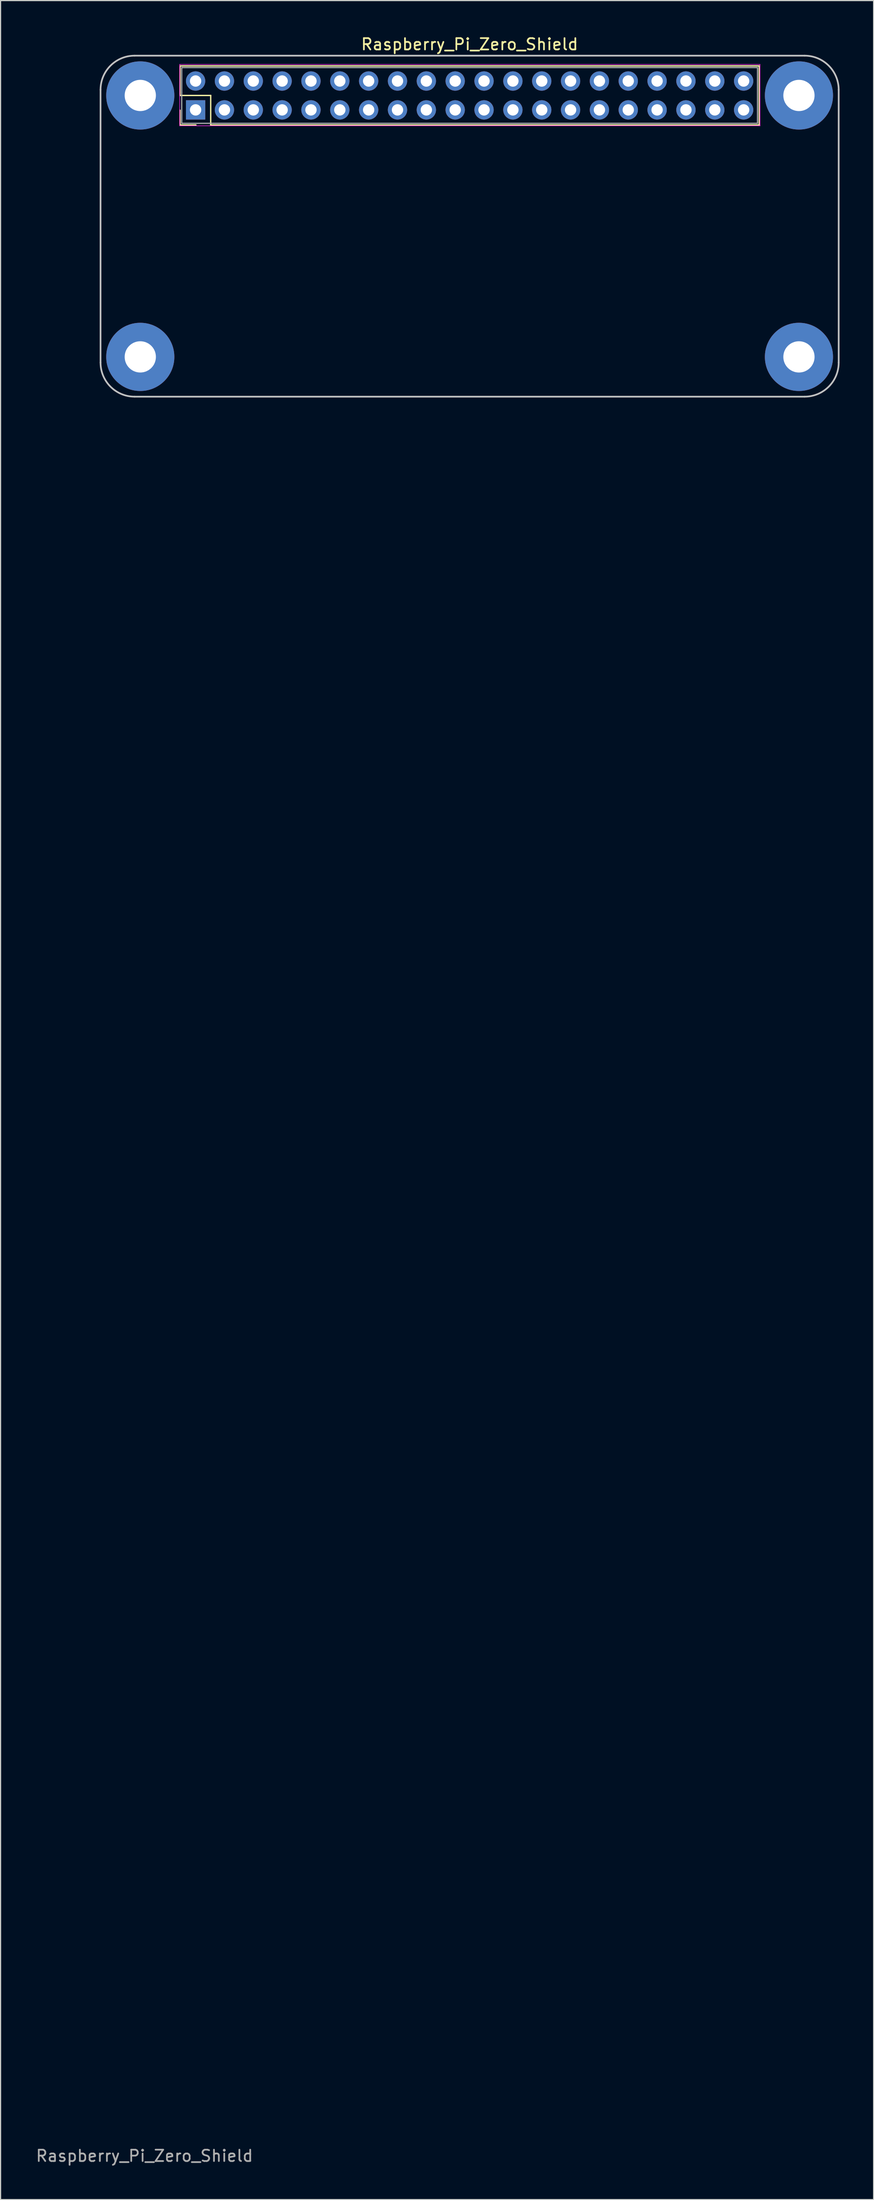
<source format=kicad_pcb>
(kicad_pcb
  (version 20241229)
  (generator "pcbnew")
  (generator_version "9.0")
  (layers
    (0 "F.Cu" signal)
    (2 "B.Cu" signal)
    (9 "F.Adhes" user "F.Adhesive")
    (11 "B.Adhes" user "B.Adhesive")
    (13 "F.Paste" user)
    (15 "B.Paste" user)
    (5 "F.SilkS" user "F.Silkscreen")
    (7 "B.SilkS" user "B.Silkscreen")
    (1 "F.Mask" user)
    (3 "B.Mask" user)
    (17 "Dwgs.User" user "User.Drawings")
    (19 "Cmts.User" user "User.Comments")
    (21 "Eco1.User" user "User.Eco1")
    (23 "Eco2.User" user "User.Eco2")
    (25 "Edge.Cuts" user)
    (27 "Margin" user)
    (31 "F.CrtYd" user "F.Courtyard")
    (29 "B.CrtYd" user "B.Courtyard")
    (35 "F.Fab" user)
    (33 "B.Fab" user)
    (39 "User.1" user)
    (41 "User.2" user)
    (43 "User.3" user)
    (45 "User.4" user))
  (footprint "Raspberry_Pi_Zero_Shield"
    (layer "F.Cu")
    (at 14.173 6.618)
    (property "Reference" "Raspberry_Pi_Zero_Shield" (at 24.13 -5.77 180) (layer "F.SilkS") (effects (font (size 1 1) (thickness 0.15))))
    (attr through_hole)
    (fp_line (start -1.37 -3.87) (end -1.37 -1.27) (stroke (width 0.12) (type solid)) (layer "F.SilkS"))
    (fp_line (start -1.37 -1.27) (end 1.33 -1.27) (stroke (width 0.12) (type solid)) (layer "F.SilkS"))
    (fp_line (start -1.37 1.33) (end -1.37 0.03) (stroke (width 0.12) (type solid)) (layer "F.SilkS"))
    (fp_line (start 0.03 1.33) (end -1.37 1.33) (stroke (width 0.12) (type solid)) (layer "F.SilkS"))
    (fp_line (start 1.33 -1.27) (end 1.33 1.33) (stroke (width 0.12) (type solid)) (layer "F.SilkS"))
    (fp_line (start 1.33 1.33) (end 49.63 1.33) (stroke (width 0.12) (type solid)) (layer "F.SilkS"))
    (fp_line (start 49.63 -3.87) (end -1.37 -3.87) (stroke (width 0.12) (type solid)) (layer "F.SilkS"))
    (fp_line (start 49.63 1.33) (end 49.63 -3.87) (stroke (width 0.12) (type solid)) (layer "F.SilkS"))
    (fp_line (start -8.37 22.23) (end -8.37 -1.77) (stroke (width 0.15) (type solid)) (layer "Dwgs.User"))
    (fp_line (start -5.37 -4.77) (end 53.63 -4.77) (stroke (width 0.15) (type solid)) (layer "Dwgs.User"))
    (fp_line (start 53.63 25.23) (end -5.37 25.23) (stroke (width 0.15) (type solid)) (layer "Dwgs.User"))
    (fp_line (start 56.63 -1.77) (end 56.63 22.23) (stroke (width 0.15) (type solid)) (layer "Dwgs.User"))
    (fp_arc (start -8.37 -1.77) (mid -7.493171 -3.889468) (end -5.375236 -4.769995) (stroke (width 0.15) (type solid)) (layer "Dwgs.User"))
    (fp_arc (start -5.37 25.23) (mid -7.49132 24.35132) (end -8.37 22.23) (stroke (width 0.15) (type solid)) (layer "Dwgs.User"))
    (fp_arc (start 53.63 -4.77) (mid 55.75132 -3.89132) (end 56.63 -1.77) (stroke (width 0.15) (type solid)) (layer "Dwgs.User"))
    (fp_arc (start 56.63 22.23) (mid 55.75132 24.35132) (end 53.63 25.23) (stroke (width 0.15) (type solid)) (layer "Dwgs.User"))
    (fp_line (start -1.4 -4) (end -1.4 1.4) (stroke (width 0.05) (type solid)) (layer "F.CrtYd"))
    (fp_line (start -1.4 1.4) (end 49.7 1.4) (stroke (width 0.05) (type solid)) (layer "F.CrtYd"))
    (fp_line (start 49.7 -4) (end -1.4 -4) (stroke (width 0.05) (type solid)) (layer "F.CrtYd"))
    (fp_line (start 49.7 1.4) (end 49.7 -4) (stroke (width 0.05) (type solid)) (layer "F.CrtYd"))
    (fp_line (start -1.22 -3.72) (end -1.22 1.18) (stroke (width 0.1) (type solid)) (layer "F.Fab"))
    (fp_line (start -1.22 1.18) (end 49.48 1.18) (stroke (width 0.1) (type solid)) (layer "F.Fab"))
    (fp_line (start 49.48 -3.72) (end -1.22 -3.72) (stroke (width 0.1) (type solid)) (layer "F.Fab"))
    (fp_line (start 49.48 1.18) (end 49.48 -3.72) (stroke (width 0.1) (type solid)) (layer "F.Fab"))
    (fp_text user "${REFERENCE}" (at -4.5 180 0) (layer "F.Fab") (effects (font (size 1 1) (thickness 0.15))))
    (pad "1" thru_hole rect (at 0 0 90) (size 1.7 1.7) (drill 1) (layers "*.Cu" "*.Mask"))
    (pad "2" thru_hole oval (at 0 -2.54 90) (size 1.7 1.7) (drill 1) (layers "*.Cu" "*.Mask"))
    (pad "3" thru_hole oval (at 2.54 0 90) (size 1.7 1.7) (drill 1) (layers "*.Cu" "*.Mask"))
    (pad "4" thru_hole oval (at 2.54 -2.54 90) (size 1.7 1.7) (drill 1) (layers "*.Cu" "*.Mask"))
    (pad "5" thru_hole oval (at 5.08 0 90) (size 1.7 1.7) (drill 1) (layers "*.Cu" "*.Mask"))
    (pad "6" thru_hole circle (at -4.87 -1.27) (size 6 6) (drill 2.75) (layers "*.Cu" "*.Mask"))
    (pad "6" thru_hole circle (at -4.87 21.73) (size 6 6) (drill 2.75) (layers "*.Cu" "*.Mask"))
    (pad "6" thru_hole oval (at 5.08 -2.54 90) (size 1.7 1.7) (drill 1) (layers "*.Cu" "*.Mask"))
    (pad "6" thru_hole circle (at 53.13 -1.27) (size 6 6) (drill 2.75) (layers "*.Cu" "*.Mask"))
    (pad "6" thru_hole circle (at 53.13 21.73) (size 6 6) (drill 2.75) (layers "*.Cu" "*.Mask"))
    (pad "7" thru_hole oval (at 7.62 0 90) (size 1.7 1.7) (drill 1) (layers "*.Cu" "*.Mask"))
    (pad "8" thru_hole oval (at 7.62 -2.54 90) (size 1.7 1.7) (drill 1) (layers "*.Cu" "*.Mask"))
    (pad "9" thru_hole oval (at 10.16 0 90) (size 1.7 1.7) (drill 1) (layers "*.Cu" "*.Mask"))
    (pad "10" thru_hole oval (at 10.16 -2.54 90) (size 1.7 1.7) (drill 1) (layers "*.Cu" "*.Mask"))
    (pad "11" thru_hole oval (at 12.7 0 90) (size 1.7 1.7) (drill 1) (layers "*.Cu" "*.Mask"))
    (pad "12" thru_hole oval (at 12.7 -2.54 90) (size 1.7 1.7) (drill 1) (layers "*.Cu" "*.Mask"))
    (pad "13" thru_hole oval (at 15.24 0 90) (size 1.7 1.7) (drill 1) (layers "*.Cu" "*.Mask"))
    (pad "14" thru_hole oval (at 15.24 -2.54 90) (size 1.7 1.7) (drill 1) (layers "*.Cu" "*.Mask"))
    (pad "15" thru_hole oval (at 17.78 0 90) (size 1.7 1.7) (drill 1) (layers "*.Cu" "*.Mask"))
    (pad "16" thru_hole oval (at 17.78 -2.54 90) (size 1.7 1.7) (drill 1) (layers "*.Cu" "*.Mask"))
    (pad "17" thru_hole oval (at 20.32 0 90) (size 1.7 1.7) (drill 1) (layers "*.Cu" "*.Mask"))
    (pad "18" thru_hole oval (at 20.32 -2.54 90) (size 1.7 1.7) (drill 1) (layers "*.Cu" "*.Mask"))
    (pad "19" thru_hole oval (at 22.86 0 90) (size 1.7 1.7) (drill 1) (layers "*.Cu" "*.Mask"))
    (pad "20" thru_hole oval (at 22.86 -2.54 90) (size 1.7 1.7) (drill 1) (layers "*.Cu" "*.Mask"))
    (pad "21" thru_hole oval (at 25.4 0 90) (size 1.7 1.7) (drill 1) (layers "*.Cu" "*.Mask"))
    (pad "22" thru_hole oval (at 25.4 -2.54 90) (size 1.7 1.7) (drill 1) (layers "*.Cu" "*.Mask"))
    (pad "23" thru_hole oval (at 27.94 0 90) (size 1.7 1.7) (drill 1) (layers "*.Cu" "*.Mask"))
    (pad "24" thru_hole oval (at 27.94 -2.54 90) (size 1.7 1.7) (drill 1) (layers "*.Cu" "*.Mask"))
    (pad "25" thru_hole oval (at 30.48 0 90) (size 1.7 1.7) (drill 1) (layers "*.Cu" "*.Mask"))
    (pad "26" thru_hole oval (at 30.48 -2.54 90) (size 1.7 1.7) (drill 1) (layers "*.Cu" "*.Mask"))
    (pad "27" thru_hole oval (at 33.02 0 90) (size 1.7 1.7) (drill 1) (layers "*.Cu" "*.Mask"))
    (pad "28" thru_hole oval (at 33.02 -2.54 90) (size 1.7 1.7) (drill 1) (layers "*.Cu" "*.Mask"))
    (pad "29" thru_hole oval (at 35.56 0 90) (size 1.7 1.7) (drill 1) (layers "*.Cu" "*.Mask"))
    (pad "30" thru_hole oval (at 35.56 -2.54 90) (size 1.7 1.7) (drill 1) (layers "*.Cu" "*.Mask"))
    (pad "31" thru_hole oval (at 38.1 0 90) (size 1.7 1.7) (drill 1) (layers "*.Cu" "*.Mask"))
    (pad "32" thru_hole oval (at 38.1 -2.54 90) (size 1.7 1.7) (drill 1) (layers "*.Cu" "*.Mask"))
    (pad "33" thru_hole oval (at 40.64 0 90) (size 1.7 1.7) (drill 1) (layers "*.Cu" "*.Mask"))
    (pad "34" thru_hole oval (at 40.64 -2.54 90) (size 1.7 1.7) (drill 1) (layers "*.Cu" "*.Mask"))
    (pad "35" thru_hole oval (at 43.18 0 90) (size 1.7 1.7) (drill 1) (layers "*.Cu" "*.Mask"))
    (pad "36" thru_hole oval (at 43.18 -2.54 90) (size 1.7 1.7) (drill 1) (layers "*.Cu" "*.Mask"))
    (pad "37" thru_hole oval (at 45.72 0 90) (size 1.7 1.7) (drill 1) (layers "*.Cu" "*.Mask"))
    (pad "38" thru_hole oval (at 45.72 -2.54 90) (size 1.7 1.7) (drill 1) (layers "*.Cu" "*.Mask"))
    (pad "39" thru_hole oval (at 48.26 0 90) (size 1.7 1.7) (drill 1) (layers "*.Cu" "*.Mask"))
    (pad "40" thru_hole oval (at 48.26 -2.54 90) (size 1.7 1.7) (drill 1) (layers "*.Cu" "*.Mask")))
  (gr_rect
    (start -3 -3)
    (end 73.878 190.466)
    (stroke (width 0.1) (type default))
    (fill no)
    (layer "Edge.Cuts")))
</source>
